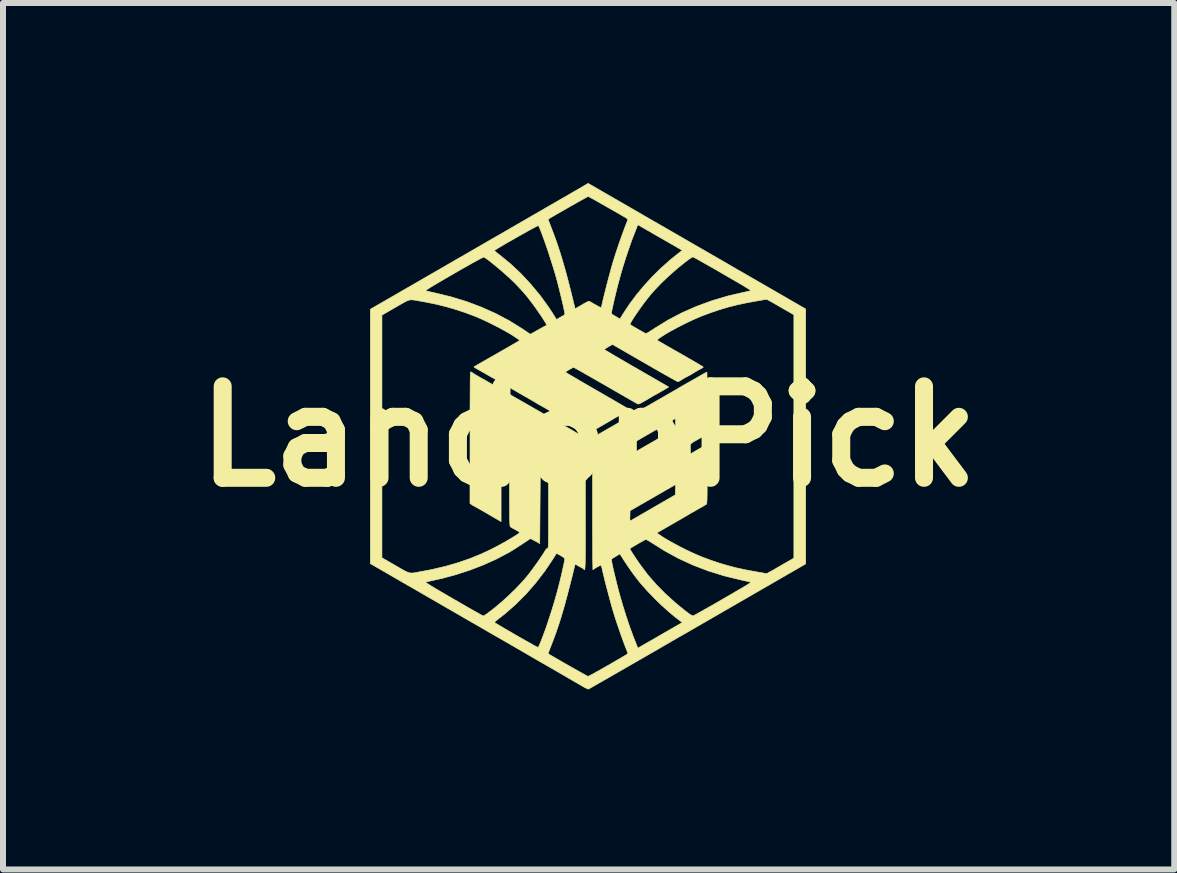
<source format=kicad_pcb>
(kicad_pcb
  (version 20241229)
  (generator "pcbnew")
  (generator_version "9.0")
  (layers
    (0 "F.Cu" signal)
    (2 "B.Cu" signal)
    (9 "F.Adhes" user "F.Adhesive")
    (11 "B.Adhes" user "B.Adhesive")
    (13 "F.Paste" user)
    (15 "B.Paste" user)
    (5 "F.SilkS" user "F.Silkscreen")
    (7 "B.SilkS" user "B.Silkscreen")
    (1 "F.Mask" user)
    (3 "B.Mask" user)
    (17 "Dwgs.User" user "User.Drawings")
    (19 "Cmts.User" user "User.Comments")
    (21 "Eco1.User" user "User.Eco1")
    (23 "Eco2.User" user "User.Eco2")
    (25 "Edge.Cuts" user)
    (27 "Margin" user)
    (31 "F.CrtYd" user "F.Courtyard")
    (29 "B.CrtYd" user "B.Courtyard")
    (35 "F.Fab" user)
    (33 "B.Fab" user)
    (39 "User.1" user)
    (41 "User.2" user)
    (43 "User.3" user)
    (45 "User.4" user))
  (footprint "LandonPick"
    (layer "F.Cu")
    (at 6.756 4.221)
    (property "Reference" "LandonPick" (at 0 0 0) (layer "F.SilkS") (effects (font (size 1.524 1.524) (thickness 0.3))))
    (attr through_hole)
    (fp_poly (pts (xy 0.789 -3.756) (xy 0.908 -3.687) (xy 1.041 -3.61) (xy 1.186 -3.527) (xy 1.34 -3.438) (xy 1.501 -3.345) (xy 1.667 -3.249) (xy 1.835 -3.152) (xy 2.004 -3.055) (xy 2.17 -2.959) (xy 2.331 -2.866) (xy 2.485 -2.776) (xy 2.601 -2.71) (xy 3.617 -2.123) (xy 3.617 2.123) (xy 1.814 3.164) (xy 1.643 3.263) (xy 1.477 3.358) (xy 1.316 3.451) (xy 1.161 3.541) (xy 1.012 3.627) (xy 0.87 3.709) (xy 0.736 3.786) (xy 0.611 3.858) (xy 0.496 3.924) (xy 0.39 3.985) (xy 0.296 4.039) (xy 0.213 4.087) (xy 0.142 4.127) (xy 0.085 4.16) (xy 0.041 4.185) (xy 0.013 4.201) (xy -0.001 4.209) (xy -0.002 4.209) (xy -0.014 4.206) (xy -0.039 4.195) (xy -0.073 4.178) (xy -0.112 4.156) (xy -0.112 4.155) (xy -0.13 4.145) (xy -0.163 4.126) (xy -0.211 4.098) (xy -0.273 4.062) (xy -0.348 4.019) (xy -0.435 3.968) (xy -0.533 3.911) (xy -0.642 3.848) (xy -0.761 3.78) (xy -0.889 3.706) (xy -1.025 3.627) (xy -1.168 3.544) (xy -1.318 3.457) (xy -1.474 3.367) (xy -1.635 3.275) (xy -1.8 3.179) (xy -1.923 3.108) (xy -1.941 3.098) (xy -1.568 3.098) (xy -1.56 3.104) (xy -1.537 3.119) (xy -1.502 3.14) (xy -1.456 3.167) (xy -1.403 3.199) (xy -1.343 3.234) (xy -1.278 3.271) (xy -1.212 3.31) (xy -1.145 3.348) (xy -1.08 3.385) (xy -1.019 3.419) (xy -0.964 3.45) (xy -0.917 3.477) (xy -0.879 3.497) (xy -0.854 3.51) (xy -0.842 3.515) (xy -0.842 3.515) (xy -0.835 3.506) (xy -0.823 3.482) (xy -0.808 3.447) (xy -0.79 3.404) (xy -0.783 3.386) (xy -0.75 3.299) (xy -0.713 3.199) (xy -0.676 3.089) (xy -0.638 2.973) (xy -0.601 2.856) (xy -0.567 2.743) (xy -0.538 2.643) (xy -0.52 2.578) (xy -0.502 2.508) (xy -0.483 2.434) (xy -0.465 2.36) (xy -0.448 2.288) (xy -0.433 2.221) (xy -0.419 2.16) (xy -0.408 2.108) (xy -0.401 2.069) (xy -0.397 2.043) (xy -0.397 2.035) (xy -0.406 2.025) (xy -0.428 2.008) (xy -0.458 1.989) (xy -0.467 1.984) (xy -0.534 1.947) (xy -0.589 2.034) (xy -0.728 2.241) (xy -0.88 2.439) (xy -1.043 2.626) (xy -1.216 2.799) (xy -1.397 2.957) (xy -1.489 3.029) (xy -1.522 3.055) (xy -1.548 3.076) (xy -1.564 3.092) (xy -1.568 3.098) (xy -1.941 3.098) (xy -3.104 2.426) (xy -2.713 2.426) (xy -2.713 2.43) (xy -2.703 2.439) (xy -2.683 2.453) (xy -2.651 2.473) (xy -2.608 2.5) (xy -2.552 2.534) (xy -2.482 2.575) (xy -2.398 2.624) (xy -2.299 2.682) (xy -2.247 2.712) (xy -2.16 2.762) (xy -2.077 2.81) (xy -2.001 2.854) (xy -1.932 2.893) (xy -1.872 2.927) (xy -1.823 2.954) (xy -1.786 2.975) (xy -1.763 2.987) (xy -1.754 2.991) (xy -1.742 2.986) (xy -1.72 2.972) (xy -1.691 2.953) (xy -1.683 2.947) (xy -1.566 2.857) (xy -1.446 2.756) (xy -1.327 2.648) (xy -1.213 2.537) (xy -1.11 2.428) (xy -1.04 2.348) (xy -1.004 2.304) (xy -0.963 2.25) (xy -0.918 2.19) (xy -0.873 2.127) (xy -0.829 2.065) (xy -0.789 2.006) (xy -0.755 1.955) (xy -0.73 1.914) (xy -0.726 1.908) (xy -0.709 1.881) (xy -0.695 1.869) (xy -0.684 1.868) (xy -0.681 1.868) (xy -0.678 1.866) (xy -0.676 1.86) (xy -0.674 1.848) (xy -0.672 1.83) (xy -0.671 1.805) (xy -0.67 1.77) (xy -0.669 1.725) (xy -0.669 1.668) (xy -0.668 1.598) (xy -0.668 1.514) (xy -0.668 1.414) (xy -0.668 1.298) (xy -0.668 1.235) (xy -0.668 0.597) (xy -0.736 0.558) (xy -0.804 0.519) (xy -0.809 1.152) (xy -0.814 1.786) (xy -0.861 1.758) (xy -0.893 1.74) (xy -0.925 1.723) (xy -0.939 1.716) (xy -0.97 1.702) (xy -1.118 1.8) (xy -1.171 1.834) (xy -1.224 1.869) (xy -1.274 1.9) (xy -1.317 1.926) (xy -1.341 1.94) (xy -1.539 2.044) (xy -1.752 2.14) (xy -1.975 2.226) (xy -2.205 2.301) (xy -2.437 2.364) (xy -2.554 2.39) (xy -2.605 2.401) (xy -2.649 2.411) (xy -2.685 2.419) (xy -2.708 2.425) (xy -2.713 2.426) (xy -3.104 2.426) (xy -3.636 2.119) (xy -3.636 0.000003) (xy -3.636 -2.021) (xy -3.443 -2.021) (xy -3.443 2.021) (xy -3.22 2.15) (xy -3.153 2.189) (xy -3.099 2.22) (xy -3.057 2.243) (xy -3.023 2.259) (xy -2.994 2.27) (xy -2.969 2.275) (xy -2.944 2.276) (xy -2.916 2.274) (xy -2.883 2.268) (xy -2.848 2.262) (xy -2.609 2.217) (xy -2.385 2.164) (xy -2.173 2.103) (xy -1.971 2.033) (xy -1.774 1.952) (xy -1.642 1.89) (xy -1.586 1.862) (xy -1.525 1.83) (xy -1.462 1.796) (xy -1.399 1.761) (xy -1.339 1.726) (xy -1.283 1.693) (xy -1.234 1.663) (xy -1.194 1.637) (xy -1.165 1.617) (xy -1.15 1.604) (xy -1.148 1.6) (xy -1.154 1.593) (xy -1.175 1.579) (xy -1.211 1.558) (xy -1.25 1.537) (xy -1.277 1.522) (xy -1.298 1.508) (xy -1.304 1.504) (xy -1.307 1.499) (xy -1.309 1.488) (xy -1.311 1.47) (xy -1.313 1.443) (xy -1.314 1.407) (xy -1.315 1.359) (xy -1.316 1.299) (xy -1.316 1.226) (xy -1.317 1.139) (xy -1.317 1.035) (xy -1.317 0.915) (xy -1.317 0.856) (xy -1.317 0.218) (xy -1.384 0.18) (xy -1.415 0.162) (xy -1.439 0.148) (xy -1.453 0.142) (xy -1.454 0.141) (xy -1.455 0.15) (xy -1.456 0.177) (xy -1.456 0.219) (xy -1.457 0.275) (xy -1.457 0.344) (xy -1.457 0.425) (xy -1.458 0.515) (xy -1.458 0.613) (xy -1.458 0.717) (xy -1.458 0.78) (xy -1.458 1.419) (xy -1.509 1.389) (xy -1.542 1.37) (xy -1.584 1.346) (xy -1.626 1.321) (xy -1.634 1.316) (xy -1.674 1.293) (xy -1.715 1.269) (xy -1.748 1.25) (xy -1.754 1.246) (xy -1.789 1.227) (xy -1.824 1.206) (xy -1.839 1.198) (xy -1.868 1.182) (xy -1.894 1.167) (xy -1.9 1.164) (xy -1.926 1.15) (xy -1.95 1.135) (xy -1.976 1.117) (xy -1.975 0.024) (xy -1.975 -0.118) (xy -1.975 -0.255) (xy -1.975 -0.385) (xy -1.975 -0.507) (xy -1.974 -0.621) (xy -1.974 -0.725) (xy -1.973 -0.818) (xy -1.973 -0.898) (xy -1.972 -0.965) (xy -1.971 -1.017) (xy -1.971 -1.053) (xy -1.97 -1.072) (xy -1.97 -1.075) (xy -1.959 -1.074) (xy -1.94 -1.064) (xy -1.934 -1.059) (xy -1.915 -1.047) (xy -1.884 -1.027) (xy -1.844 -1.004) (xy -1.8 -0.978) (xy -1.787 -0.971) (xy -1.747 -0.949) (xy -1.694 -0.919) (xy -1.632 -0.883) (xy -1.565 -0.844) (xy -1.495 -0.804) (xy -1.43 -0.767) (xy -1.367 -0.73) (xy -1.307 -0.696) (xy -1.253 -0.664) (xy -1.207 -0.638) (xy -1.172 -0.618) (xy -1.15 -0.606) (xy -1.148 -0.604) (xy -1.123 -0.59) (xy -1.084 -0.568) (xy -1.034 -0.539) (xy -0.974 -0.505) (xy -0.907 -0.466) (xy -0.835 -0.425) (xy -0.761 -0.382) (xy -0.686 -0.339) (xy -0.612 -0.296) (xy -0.544 -0.257) (xy -0.481 -0.221) (xy -0.466 -0.212) (xy -0.422 -0.187) (xy -0.378 -0.162) (xy -0.341 -0.141) (xy -0.321 -0.13) (xy -0.282 -0.108) (xy -0.24 -0.083) (xy -0.219 -0.07) (xy -0.192 -0.053) (xy -0.17 -0.041) (xy -0.16 -0.038) (xy -0.147 -0.032) (xy -0.139 -0.026) (xy -0.123 -0.014) (xy -0.098 -0.001) (xy -0.092 0.002) (xy -0.057 0.018) (xy -0.054 1.119) (xy -0.054 1.289) (xy -0.054 1.441) (xy -0.053 1.576) (xy -0.053 1.695) (xy -0.053 1.799) (xy -0.054 1.889) (xy -0.054 1.966) (xy -0.055 2.031) (xy -0.056 2.084) (xy -0.057 2.127) (xy -0.059 2.161) (xy -0.06 2.186) (xy -0.062 2.203) (xy -0.065 2.215) (xy -0.068 2.22) (xy -0.071 2.221) (xy -0.075 2.218) (xy -0.079 2.212) (xy -0.081 2.21) (xy -0.093 2.199) (xy -0.115 2.187) (xy -0.116 2.186) (xy -0.143 2.173) (xy -0.175 2.155) (xy -0.185 2.149) (xy -0.225 2.126) (xy -0.233 2.161) (xy -0.277 2.342) (xy -0.319 2.507) (xy -0.358 2.657) (xy -0.395 2.795) (xy -0.432 2.923) (xy -0.468 3.043) (xy -0.505 3.157) (xy -0.543 3.268) (xy -0.583 3.377) (xy -0.625 3.486) (xy -0.636 3.513) (xy -0.651 3.554) (xy -0.664 3.587) (xy -0.672 3.61) (xy -0.674 3.619) (xy -0.664 3.626) (xy -0.639 3.641) (xy -0.603 3.662) (xy -0.556 3.689) (xy -0.503 3.72) (xy -0.443 3.755) (xy -0.38 3.791) (xy -0.316 3.827) (xy -0.253 3.863) (xy -0.192 3.897) (xy -0.137 3.928) (xy -0.089 3.955) (xy -0.051 3.976) (xy -0.023 3.991) (xy -0.01 3.997) (xy -0.009 3.998) (xy 0.002 3.993) (xy 0.027 3.98) (xy 0.066 3.96) (xy 0.114 3.933) (xy 0.172 3.901) (xy 0.237 3.864) (xy 0.307 3.824) (xy 0.325 3.814) (xy 0.396 3.773) (xy 0.461 3.735) (xy 0.52 3.701) (xy 0.57 3.671) (xy 0.61 3.648) (xy 0.637 3.632) (xy 0.65 3.624) (xy 0.651 3.623) (xy 0.651 3.612) (xy 0.645 3.588) (xy 0.633 3.556) (xy 0.629 3.546) (xy 0.602 3.477) (xy 0.571 3.394) (xy 0.538 3.303) (xy 0.505 3.206) (xy 0.472 3.109) (xy 0.441 3.016) (xy 0.423 2.956) (xy 0.405 2.898) (xy 0.385 2.828) (xy 0.363 2.75) (xy 0.341 2.666) (xy 0.318 2.579) (xy 0.295 2.494) (xy 0.274 2.412) (xy 0.256 2.338) (xy 0.241 2.274) (xy 0.229 2.223) (xy 0.225 2.204) (xy 0.218 2.173) (xy 0.211 2.152) (xy 0.206 2.145) (xy 0.193 2.149) (xy 0.169 2.161) (xy 0.141 2.176) (xy 0.115 2.191) (xy 0.096 2.204) (xy 0.094 2.206) (xy 0.079 2.217) (xy 0.072 2.22) (xy 0.071 2.211) (xy 0.071 2.184) (xy 0.07 2.141) (xy 0.069 2.082) (xy 0.069 2.061) (xy 0.382 2.061) (xy 0.385 2.082) (xy 0.39 2.113) (xy 0.4 2.157) (xy 0.412 2.216) (xy 0.419 2.244) (xy 0.463 2.428) (xy 0.512 2.617) (xy 0.567 2.808) (xy 0.625 2.994) (xy 0.685 3.173) (xy 0.746 3.339) (xy 0.762 3.379) (xy 0.82 3.527) (xy 0.865 3.502) (xy 0.883 3.491) (xy 0.915 3.473) (xy 0.959 3.447) (xy 1.014 3.416) (xy 1.077 3.38) (xy 1.145 3.34) (xy 1.218 3.298) (xy 1.235 3.288) (xy 1.562 3.1) (xy 1.536 3.081) (xy 1.427 2.997) (xy 1.313 2.9) (xy 1.197 2.795) (xy 1.105 2.705) (xy 0.975 2.57) (xy 0.858 2.437) (xy 0.752 2.301) (xy 0.651 2.158) (xy 0.583 2.054) (xy 0.56 2.018) (xy 0.541 1.987) (xy 0.527 1.966) (xy 0.522 1.959) (xy 0.514 1.962) (xy 0.493 1.973) (xy 0.466 1.99) (xy 0.463 1.992) (xy 0.433 2.011) (xy 0.406 2.027) (xy 0.391 2.037) (xy 0.386 2.041) (xy 0.383 2.049) (xy 0.382 2.061) (xy 0.069 2.061) (xy 0.068 2.009) (xy 0.068 1.923) (xy 0.068 1.871) (xy 0.687 1.871) (xy 0.692 1.882) (xy 0.706 1.906) (xy 0.727 1.94) (xy 0.754 1.981) (xy 0.785 2.028) (xy 0.818 2.077) (xy 0.851 2.125) (xy 0.868 2.148) (xy 0.988 2.308) (xy 1.125 2.465) (xy 1.275 2.617) (xy 1.434 2.761) (xy 1.468 2.79) (xy 1.542 2.851) (xy 1.604 2.901) (xy 1.654 2.939) (xy 1.692 2.966) (xy 1.719 2.982) (xy 1.737 2.989) (xy 1.742 2.99) (xy 1.752 2.984) (xy 1.778 2.971) (xy 1.817 2.949) (xy 1.867 2.921) (xy 1.929 2.886) (xy 1.998 2.847) (xy 2.076 2.803) (xy 2.159 2.755) (xy 2.238 2.709) (xy 2.339 2.651) (xy 2.425 2.601) (xy 2.496 2.559) (xy 2.555 2.525) (xy 2.602 2.497) (xy 2.638 2.475) (xy 2.665 2.458) (xy 2.682 2.445) (xy 2.693 2.436) (xy 2.697 2.43) (xy 2.696 2.427) (xy 2.693 2.425) (xy 2.675 2.421) (xy 2.642 2.413) (xy 2.599 2.404) (xy 2.55 2.393) (xy 2.531 2.389) (xy 2.257 2.322) (xy 1.993 2.24) (xy 1.739 2.143) (xy 1.496 2.031) (xy 1.264 1.904) (xy 1.097 1.799) (xy 1.051 1.77) (xy 1.011 1.745) (xy 0.98 1.727) (xy 0.959 1.718) (xy 0.952 1.717) (xy 0.935 1.725) (xy 0.908 1.739) (xy 0.873 1.759) (xy 0.833 1.781) (xy 0.793 1.805) (xy 0.754 1.827) (xy 0.722 1.847) (xy 0.698 1.862) (xy 0.687 1.87) (xy 0.687 1.871) (xy 0.068 1.871) (xy 0.067 1.826) (xy 0.067 1.717) (xy 0.066 1.6) (xy 0.066 1.474) (xy 0.066 1.366) (xy 0.688 1.366) (xy 0.688 1.391) (xy 0.691 1.403) (xy 0.695 1.406) (xy 0.703 1.402) (xy 0.714 1.396) (xy 0.74 1.381) (xy 0.779 1.358) (xy 0.829 1.33) (xy 0.888 1.295) (xy 0.955 1.257) (xy 1.028 1.215) (xy 1.082 1.183) (xy 1.444 0.974) (xy 1.447 0.887) (xy 1.449 0.801) (xy 0.691 1.238) (xy 0.689 1.325) (xy 0.688 1.366) (xy 0.066 1.366) (xy 0.066 1.34) (xy 0.066 1.201) (xy 0.066 1.121) (xy 0.066 0.265) (xy 0.688 0.265) (xy 0.688 0.29) (xy 0.691 0.302) (xy 0.695 0.305) (xy 0.703 0.302) (xy 0.714 0.295) (xy 0.74 0.28) (xy 0.779 0.258) (xy 0.829 0.229) (xy 0.888 0.195) (xy 0.955 0.156) (xy 1.028 0.114) (xy 1.082 0.083) (xy 1.444 -0.127) (xy 1.447 -0.213) (xy 1.449 -0.3) (xy 0.691 0.138) (xy 0.689 0.225) (xy 0.688 0.265) (xy 0.066 0.265) (xy 0.066 0.021) (xy 0.167 -0.037) (xy 0.207 -0.06) (xy 0.242 -0.08) (xy 0.268 -0.095) (xy 0.282 -0.103) (xy 0.282 -0.103) (xy 0.295 -0.111) (xy 0.321 -0.126) (xy 0.357 -0.146) (xy 0.399 -0.17) (xy 0.414 -0.179) (xy 0.457 -0.204) (xy 0.495 -0.225) (xy 0.525 -0.242) (xy 0.543 -0.253) (xy 0.546 -0.254) (xy 0.567 -0.267) (xy 0.6 -0.286) (xy 0.642 -0.31) (xy 0.69 -0.338) (xy 0.741 -0.368) (xy 0.791 -0.397) (xy 0.838 -0.424) (xy 0.879 -0.448) (xy 0.91 -0.466) (xy 0.929 -0.477) (xy 0.931 -0.478) (xy 0.964 -0.496) (xy 1.004 -0.519) (xy 1.051 -0.546) (xy 1.099 -0.574) (xy 1.148 -0.601) (xy 1.193 -0.627) (xy 1.231 -0.649) (xy 1.26 -0.666) (xy 1.277 -0.676) (xy 1.279 -0.677) (xy 1.296 -0.687) (xy 1.324 -0.703) (xy 1.359 -0.723) (xy 1.395 -0.744) (xy 1.429 -0.763) (xy 1.449 -0.774) (xy 1.472 -0.788) (xy 1.489 -0.798) (xy 1.491 -0.8) (xy 1.502 -0.807) (xy 1.527 -0.821) (xy 1.561 -0.841) (xy 1.601 -0.864) (xy 1.609 -0.868) (xy 1.659 -0.897) (xy 1.719 -0.931) (xy 1.781 -0.966) (xy 1.837 -0.998) (xy 1.841 -1.001) (xy 1.884 -1.025) (xy 1.922 -1.047) (xy 1.951 -1.062) (xy 1.967 -1.071) (xy 1.97 -1.072) (xy 1.971 -1.063) (xy 1.972 -1.037) (xy 1.973 -0.995) (xy 1.974 -0.94) (xy 1.974 -0.873) (xy 1.975 -0.795) (xy 1.975 -0.709) (xy 1.976 -0.615) (xy 1.976 -0.556) (xy 1.976 -0.039) (xy 1.85 0.033) (xy 1.796 0.063) (xy 1.756 0.086) (xy 1.727 0.104) (xy 1.709 0.119) (xy 1.699 0.133) (xy 1.694 0.149) (xy 1.694 0.169) (xy 1.695 0.196) (xy 1.695 0.209) (xy 1.698 0.291) (xy 1.783 0.241) (xy 1.826 0.216) (xy 1.87 0.191) (xy 1.907 0.169) (xy 1.921 0.161) (xy 1.976 0.13) (xy 1.976 0.63) (xy 1.975 0.746) (xy 1.975 0.845) (xy 1.975 0.927) (xy 1.974 0.994) (xy 1.973 1.045) (xy 1.971 1.084) (xy 1.969 1.11) (xy 1.967 1.125) (xy 1.965 1.129) (xy 1.949 1.135) (xy 1.939 1.142) (xy 1.923 1.154) (xy 1.896 1.17) (xy 1.872 1.183) (xy 1.836 1.203) (xy 1.799 1.224) (xy 1.781 1.235) (xy 1.757 1.25) (xy 1.741 1.259) (xy 1.737 1.261) (xy 1.727 1.265) (xy 1.706 1.277) (xy 1.678 1.294) (xy 1.673 1.297) (xy 1.636 1.319) (xy 1.598 1.341) (xy 1.571 1.357) (xy 1.551 1.368) (xy 1.517 1.388) (xy 1.473 1.413) (xy 1.422 1.443) (xy 1.365 1.475) (xy 1.333 1.494) (xy 1.137 1.607) (xy 1.168 1.63) (xy 1.216 1.664) (xy 1.279 1.703) (xy 1.353 1.746) (xy 1.435 1.791) (xy 1.522 1.838) (xy 1.612 1.883) (xy 1.701 1.926) (xy 1.787 1.965) (xy 1.865 1.998) (xy 1.886 2.007) (xy 2.036 2.063) (xy 2.179 2.111) (xy 2.322 2.153) (xy 2.468 2.191) (xy 2.622 2.224) (xy 2.791 2.255) (xy 2.807 2.258) (xy 2.966 2.285) (xy 3.01 2.262) (xy 3.03 2.251) (xy 3.064 2.232) (xy 3.109 2.207) (xy 3.16 2.177) (xy 3.215 2.145) (xy 3.236 2.133) (xy 3.42 2.027) (xy 3.42 -2.027) (xy 3.236 -2.133) (xy 3.18 -2.166) (xy 3.127 -2.196) (xy 3.08 -2.223) (xy 3.042 -2.244) (xy 3.016 -2.259) (xy 3.01 -2.262) (xy 2.966 -2.285) (xy 2.807 -2.258) (xy 2.637 -2.227) (xy 2.481 -2.194) (xy 2.334 -2.157) (xy 2.192 -2.115) (xy 2.049 -2.067) (xy 1.9 -2.012) (xy 1.886 -2.007) (xy 1.816 -1.977) (xy 1.738 -1.943) (xy 1.656 -1.904) (xy 1.572 -1.863) (xy 1.488 -1.82) (xy 1.408 -1.777) (xy 1.334 -1.736) (xy 1.269 -1.697) (xy 1.215 -1.663) (xy 1.174 -1.635) (xy 1.166 -1.627) (xy 1.138 -1.604) (xy 1.333 -1.492) (xy 1.445 -1.428) (xy 1.542 -1.373) (xy 1.624 -1.326) (xy 1.693 -1.286) (xy 1.751 -1.253) (xy 1.797 -1.226) (xy 1.834 -1.204) (xy 1.862 -1.187) (xy 1.882 -1.175) (xy 1.896 -1.166) (xy 1.905 -1.16) (xy 1.909 -1.156) (xy 1.91 -1.154) (xy 1.902 -1.146) (xy 1.883 -1.134) (xy 1.879 -1.132) (xy 1.829 -1.106) (xy 1.773 -1.073) (xy 1.752 -1.06) (xy 1.721 -1.041) (xy 1.683 -1.019) (xy 1.658 -1.006) (xy 1.62 -0.986) (xy 1.591 -0.97) (xy 1.563 -0.953) (xy 1.533 -0.934) (xy 1.509 -0.92) (xy 1.49 -0.913) (xy 1.487 -0.913) (xy 1.476 -0.917) (xy 1.451 -0.93) (xy 1.413 -0.951) (xy 1.362 -0.98) (xy 1.301 -1.014) (xy 1.23 -1.054) (xy 1.151 -1.099) (xy 1.066 -1.148) (xy 0.975 -1.2) (xy 0.936 -1.223) (xy 0.398 -1.533) (xy 0.331 -1.495) (xy 0.3 -1.476) (xy 0.276 -1.46) (xy 0.264 -1.45) (xy 0.263 -1.449) (xy 0.271 -1.443) (xy 0.294 -1.428) (xy 0.331 -1.406) (xy 0.38 -1.377) (xy 0.439 -1.342) (xy 0.509 -1.301) (xy 0.586 -1.256) (xy 0.67 -1.207) (xy 0.76 -1.155) (xy 0.799 -1.133) (xy 1.334 -0.824) (xy 1.304 -0.805) (xy 1.275 -0.787) (xy 1.246 -0.771) (xy 1.221 -0.757) (xy 1.189 -0.738) (xy 1.176 -0.731) (xy 1.149 -0.715) (xy 1.127 -0.703) (xy 1.119 -0.699) (xy 1.105 -0.691) (xy 1.079 -0.677) (xy 1.049 -0.659) (xy 1.017 -0.64) (xy 0.99 -0.624) (xy 0.974 -0.614) (xy 0.916 -0.581) (xy 0.873 -0.557) (xy 0.843 -0.544) (xy 0.826 -0.539) (xy 0.823 -0.54) (xy 0.813 -0.545) (xy 0.787 -0.559) (xy 0.749 -0.581) (xy 0.698 -0.61) (xy 0.637 -0.645) (xy 0.566 -0.686) (xy 0.488 -0.731) (xy 0.403 -0.78) (xy 0.313 -0.832) (xy 0.285 -0.848) (xy 0.194 -0.9) (xy 0.107 -0.95) (xy 0.027 -0.996) (xy -0.046 -1.037) (xy -0.11 -1.074) (xy -0.163 -1.104) (xy -0.205 -1.127) (xy -0.234 -1.143) (xy -0.248 -1.15) (xy -0.25 -1.151) (xy -0.262 -1.146) (xy -0.285 -1.135) (xy -0.313 -1.119) (xy -0.342 -1.102) (xy -0.366 -1.087) (xy -0.382 -1.075) (xy -0.386 -1.071) (xy -0.378 -1.066) (xy -0.355 -1.051) (xy -0.318 -1.029) (xy -0.27 -1.001) (xy -0.21 -0.966) (xy -0.142 -0.925) (xy -0.065 -0.881) (xy 0.019 -0.832) (xy 0.107 -0.781) (xy 0.125 -0.771) (xy 0.215 -0.719) (xy 0.301 -0.669) (xy 0.382 -0.623) (xy 0.455 -0.58) (xy 0.519 -0.543) (xy 0.573 -0.512) (xy 0.615 -0.487) (xy 0.645 -0.47) (xy 0.659 -0.462) (xy 0.66 -0.461) (xy 0.686 -0.446) (xy 0.642 -0.423) (xy 0.608 -0.404) (xy 0.569 -0.382) (xy 0.549 -0.369) (xy 0.522 -0.353) (xy 0.503 -0.342) (xy 0.495 -0.339) (xy 0.485 -0.334) (xy 0.464 -0.322) (xy 0.434 -0.305) (xy 0.426 -0.3) (xy 0.394 -0.281) (xy 0.367 -0.265) (xy 0.35 -0.255) (xy 0.348 -0.254) (xy 0.335 -0.246) (xy 0.309 -0.231) (xy 0.274 -0.211) (xy 0.234 -0.187) (xy 0.228 -0.184) (xy 0.188 -0.161) (xy 0.155 -0.142) (xy 0.13 -0.128) (xy 0.118 -0.122) (xy 0.118 -0.122) (xy 0.108 -0.118) (xy 0.087 -0.105) (xy 0.061 -0.089) (xy 0.009 -0.056) (xy -0.087 -0.11) (xy -0.128 -0.133) (xy -0.164 -0.154) (xy -0.193 -0.17) (xy -0.208 -0.179) (xy -0.262 -0.209) (xy -0.316 -0.239) (xy -0.366 -0.268) (xy -0.408 -0.292) (xy -0.439 -0.31) (xy -0.447 -0.315) (xy -0.48 -0.335) (xy -0.515 -0.354) (xy -0.522 -0.358) (xy -0.548 -0.372) (xy -0.584 -0.392) (xy -0.622 -0.414) (xy -0.63 -0.419) (xy -0.671 -0.443) (xy -0.713 -0.467) (xy -0.748 -0.487) (xy -0.753 -0.49) (xy -0.787 -0.509) (xy -0.821 -0.528) (xy -0.839 -0.539) (xy -0.872 -0.558) (xy -0.912 -0.582) (xy -0.953 -0.606) (xy -0.991 -0.628) (xy -1.02 -0.645) (xy -1.028 -0.649) (xy -1.045 -0.659) (xy -1.075 -0.676) (xy -1.113 -0.698) (xy -1.157 -0.723) (xy -1.169 -0.73) (xy -1.225 -0.763) (xy -1.285 -0.797) (xy -1.346 -0.833) (xy -1.405 -0.866) (xy -1.459 -0.897) (xy -1.506 -0.924) (xy -1.542 -0.945) (xy -1.565 -0.958) (xy -1.566 -0.959) (xy -1.586 -0.97) (xy -1.617 -0.987) (xy -1.655 -1.009) (xy -1.693 -1.031) (xy -1.728 -1.051) (xy -1.75 -1.064) (xy -1.764 -1.072) (xy -1.79 -1.086) (xy -1.823 -1.105) (xy -1.837 -1.112) (xy -1.869 -1.131) (xy -1.894 -1.146) (xy -1.908 -1.155) (xy -1.909 -1.157) (xy -1.901 -1.163) (xy -1.88 -1.177) (xy -1.846 -1.197) (xy -1.803 -1.222) (xy -1.753 -1.25) (xy -1.733 -1.262) (xy -1.647 -1.311) (xy -1.562 -1.359) (xy -1.482 -1.405) (xy -1.407 -1.448) (xy -1.339 -1.487) (xy -1.28 -1.521) (xy -1.232 -1.549) (xy -1.195 -1.57) (xy -1.173 -1.584) (xy -1.168 -1.587) (xy -1.146 -1.601) (xy -1.182 -1.627) (xy -1.239 -1.666) (xy -1.309 -1.71) (xy -1.391 -1.757) (xy -1.48 -1.806) (xy -1.574 -1.854) (xy -1.669 -1.902) (xy -1.761 -1.945) (xy -1.849 -1.984) (xy -1.905 -2.007) (xy -2.062 -2.065) (xy -2.216 -2.116) (xy -2.37 -2.161) (xy -2.531 -2.201) (xy -2.701 -2.236) (xy -2.848 -2.262) (xy -2.888 -2.269) (xy -2.92 -2.274) (xy -2.947 -2.276) (xy -2.972 -2.275) (xy -2.998 -2.269) (xy -3.027 -2.258) (xy -3.062 -2.24) (xy -3.105 -2.216) (xy -3.16 -2.185) (xy -3.22 -2.15) (xy -3.443 -2.021) (xy -3.636 -2.021) (xy -3.636 -2.119) (xy -3.102 -2.427) (xy -2.714 -2.427) (xy -2.713 -2.426) (xy -2.698 -2.422) (xy -2.668 -2.415) (xy -2.627 -2.406) (xy -2.579 -2.395) (xy -2.554 -2.39) (xy -2.292 -2.326) (xy -2.036 -2.248) (xy -1.789 -2.155) (xy -1.551 -2.049) (xy -1.324 -1.929) (xy -1.111 -1.797) (xy -1.069 -1.769) (xy -1.033 -1.744) (xy -1.002 -1.723) (xy -0.98 -1.709) (xy -0.971 -1.703) (xy -0.971 -1.703) (xy -0.962 -1.707) (xy -0.94 -1.719) (xy -0.908 -1.737) (xy -0.869 -1.759) (xy -0.865 -1.762) (xy -0.822 -1.786) (xy -0.782 -1.808) (xy -0.749 -1.826) (xy -0.728 -1.837) (xy -0.695 -1.854) (xy -0.701 -1.865) (xy 0.691 -1.865) (xy 0.702 -1.857) (xy 0.726 -1.842) (xy 0.759 -1.823) (xy 0.797 -1.8) (xy 0.838 -1.777) (xy 0.878 -1.754) (xy 0.913 -1.735) (xy 0.939 -1.721) (xy 0.954 -1.714) (xy 0.956 -1.713) (xy 0.967 -1.718) (xy 0.991 -1.731) (xy 1.024 -1.752) (xy 1.065 -1.778) (xy 1.097 -1.799) (xy 1.319 -1.936) (xy 1.553 -2.059) (xy 1.799 -2.167) (xy 2.055 -2.261) (xy 2.321 -2.34) (xy 2.531 -2.389) (xy 2.581 -2.4) (xy 2.627 -2.41) (xy 2.664 -2.418) (xy 2.688 -2.424) (xy 2.693 -2.425) (xy 2.697 -2.427) (xy 2.697 -2.431) (xy 2.691 -2.438) (xy 2.679 -2.448) (xy 2.659 -2.461) (xy 2.63 -2.479) (xy 2.592 -2.503) (xy 2.542 -2.533) (xy 2.48 -2.569) (xy 2.405 -2.612) (xy 2.316 -2.664) (xy 2.238 -2.709) (xy 2.151 -2.76) (xy 2.068 -2.807) (xy 1.991 -2.851) (xy 1.922 -2.89) (xy 1.862 -2.924) (xy 1.812 -2.952) (xy 1.775 -2.973) (xy 1.751 -2.985) (xy 1.742 -2.99) (xy 1.728 -2.987) (xy 1.705 -2.974) (xy 1.672 -2.952) (xy 1.628 -2.919) (xy 1.572 -2.875) (xy 1.503 -2.819) (xy 1.468 -2.79) (xy 1.34 -2.678) (xy 1.215 -2.559) (xy 1.099 -2.438) (xy 1.021 -2.348) (xy 0.983 -2.301) (xy 0.943 -2.249) (xy 0.901 -2.193) (xy 0.859 -2.135) (xy 0.819 -2.078) (xy 0.782 -2.024) (xy 0.749 -1.974) (xy 0.722 -1.931) (xy 0.703 -1.898) (xy 0.692 -1.875) (xy 0.691 -1.865) (xy -0.701 -1.865) (xy -0.723 -1.903) (xy -0.751 -1.948) (xy -0.787 -2.004) (xy -0.831 -2.067) (xy -0.877 -2.134) (xy -0.925 -2.2) (xy -0.972 -2.262) (xy -1.014 -2.317) (xy -1.035 -2.342) (xy -1.076 -2.39) (xy -1.124 -2.444) (xy -1.176 -2.5) (xy -1.225 -2.551) (xy -1.238 -2.564) (xy -1.28 -2.605) (xy -1.33 -2.652) (xy -1.385 -2.701) (xy -1.443 -2.752) (xy -1.502 -2.802) (xy -1.559 -2.85) (xy -1.613 -2.893) (xy -1.66 -2.931) (xy -1.7 -2.96) (xy -1.73 -2.98) (xy -1.745 -2.988) (xy -1.756 -2.985) (xy -1.782 -2.972) (xy -1.822 -2.951) (xy -1.875 -2.922) (xy -1.94 -2.887) (xy -2.015 -2.844) (xy -2.101 -2.796) (xy -2.195 -2.742) (xy -2.245 -2.713) (xy -2.352 -2.651) (xy -2.443 -2.598) (xy -2.52 -2.553) (xy -2.582 -2.516) (xy -2.632 -2.486) (xy -2.669 -2.462) (xy -2.694 -2.445) (xy -2.709 -2.434) (xy -2.714 -2.427) (xy -3.102 -2.427) (xy -1.98 -3.075) (xy -1.943 -3.096) (xy -1.571 -3.096) (xy -1.563 -3.088) (xy -1.544 -3.072) (xy -1.516 -3.05) (xy -1.489 -3.029) (xy -1.306 -2.88) (xy -1.13 -2.715) (xy -0.962 -2.535) (xy -0.804 -2.344) (xy -0.658 -2.142) (xy -0.589 -2.035) (xy -0.535 -1.948) (xy -0.486 -1.976) (xy -0.456 -1.994) (xy -0.429 -2.009) (xy -0.416 -2.015) (xy -0.4 -2.028) (xy -0.395 -2.04) (xy -0.397 -2.052) (xy 0.38 -2.052) (xy 0.381 -2.043) (xy 0.391 -2.036) (xy 0.413 -2.022) (xy 0.443 -2.004) (xy 0.454 -1.998) (xy 0.522 -1.957) (xy 0.57 -2.035) (xy 0.597 -2.076) (xy 0.629 -2.125) (xy 0.663 -2.176) (xy 0.683 -2.206) (xy 0.795 -2.356) (xy 0.921 -2.508) (xy 1.058 -2.658) (xy 1.203 -2.801) (xy 1.353 -2.935) (xy 1.503 -3.056) (xy 1.536 -3.081) (xy 1.562 -3.1) (xy 1.235 -3.288) (xy 1.162 -3.33) (xy 1.092 -3.37) (xy 1.028 -3.408) (xy 0.971 -3.44) (xy 0.924 -3.467) (xy 0.889 -3.488) (xy 0.867 -3.5) (xy 0.865 -3.502) (xy 0.82 -3.527) (xy 0.762 -3.379) (xy 0.717 -3.263) (xy 0.672 -3.133) (xy 0.625 -2.994) (xy 0.58 -2.852) (xy 0.538 -2.711) (xy 0.519 -2.643) (xy 0.502 -2.578) (xy 0.483 -2.508) (xy 0.465 -2.435) (xy 0.447 -2.362) (xy 0.43 -2.292) (xy 0.415 -2.225) (xy 0.402 -2.166) (xy 0.391 -2.116) (xy 0.384 -2.077) (xy 0.38 -2.052) (xy -0.397 -2.052) (xy -0.397 -2.058) (xy -0.404 -2.091) (xy -0.414 -2.138) (xy -0.426 -2.194) (xy -0.441 -2.258) (xy -0.458 -2.328) (xy -0.475 -2.399) (xy -0.493 -2.471) (xy -0.51 -2.539) (xy -0.527 -2.602) (xy -0.538 -2.643) (xy -0.56 -2.72) (xy -0.585 -2.803) (xy -0.612 -2.889) (xy -0.64 -2.977) (xy -0.668 -3.065) (xy -0.697 -3.15) (xy -0.725 -3.231) (xy -0.752 -3.306) (xy -0.776 -3.372) (xy -0.798 -3.428) (xy -0.816 -3.472) (xy -0.83 -3.501) (xy -0.837 -3.513) (xy -0.846 -3.51) (xy -0.87 -3.498) (xy -0.906 -3.479) (xy -0.952 -3.455) (xy -1.006 -3.425) (xy -1.066 -3.391) (xy -1.131 -3.355) (xy -1.197 -3.318) (xy -1.264 -3.279) (xy -1.33 -3.242) (xy -1.391 -3.207) (xy -1.446 -3.174) (xy -1.494 -3.146) (xy -1.532 -3.123) (xy -1.558 -3.106) (xy -1.57 -3.097) (xy -1.571 -3.096) (xy -1.943 -3.096) (xy -1.814 -3.171) (xy -1.652 -3.265) (xy -1.493 -3.356) (xy -1.339 -3.445) (xy -1.191 -3.531) (xy -1.049 -3.613) (xy -1.038 -3.619) (xy -0.674 -3.619) (xy -0.672 -3.61) (xy -0.664 -3.587) (xy -0.651 -3.553) (xy -0.636 -3.513) (xy -0.594 -3.405) (xy -0.554 -3.297) (xy -0.516 -3.189) (xy -0.48 -3.078) (xy -0.444 -2.962) (xy -0.408 -2.839) (xy -0.371 -2.707) (xy -0.333 -2.563) (xy -0.293 -2.406) (xy -0.251 -2.233) (xy -0.233 -2.161) (xy -0.225 -2.125) (xy -0.195 -2.144) (xy -0.174 -2.156) (xy -0.141 -2.175) (xy -0.103 -2.197) (xy -0.08 -2.211) (xy -0.039 -2.233) (xy -0.01 -2.247) (xy 0.008 -2.252) (xy 0.019 -2.249) (xy 0.036 -2.238) (xy 0.064 -2.222) (xy 0.097 -2.203) (xy 0.132 -2.184) (xy 0.164 -2.166) (xy 0.19 -2.153) (xy 0.205 -2.145) (xy 0.207 -2.145) (xy 0.212 -2.153) (xy 0.219 -2.175) (xy 0.225 -2.204) (xy 0.234 -2.247) (xy 0.248 -2.304) (xy 0.265 -2.374) (xy 0.285 -2.453) (xy 0.306 -2.536) (xy 0.329 -2.623) (xy 0.352 -2.708) (xy 0.374 -2.79) (xy 0.395 -2.864) (xy 0.414 -2.929) (xy 0.423 -2.956) (xy 0.45 -3.044) (xy 0.482 -3.138) (xy 0.515 -3.236) (xy 0.549 -3.332) (xy 0.581 -3.421) (xy 0.611 -3.5) (xy 0.629 -3.546) (xy 0.642 -3.58) (xy 0.65 -3.606) (xy 0.652 -3.621) (xy 0.651 -3.623) (xy 0.64 -3.63) (xy 0.615 -3.646) (xy 0.578 -3.668) (xy 0.532 -3.695) (xy 0.478 -3.726) (xy 0.418 -3.76) (xy 0.355 -3.796) (xy 0.291 -3.833) (xy 0.229 -3.868) (xy 0.169 -3.902) (xy 0.115 -3.933) (xy 0.068 -3.959) (xy 0.03 -3.979) (xy 0.005 -3.993) (xy -0.007 -3.998) (xy -0.007 -3.998) (xy -0.017 -3.994) (xy -0.04 -3.981) (xy -0.076 -3.961) (xy -0.122 -3.936) (xy -0.176 -3.906) (xy -0.235 -3.872) (xy -0.298 -3.837) (xy -0.362 -3.8) (xy -0.425 -3.764) (xy -0.486 -3.729) (xy -0.542 -3.697) (xy -0.59 -3.669) (xy -0.63 -3.646) (xy -0.658 -3.629) (xy -0.672 -3.62) (xy -0.674 -3.619) (xy -1.038 -3.619) (xy -0.914 -3.691) (xy -0.787 -3.764) (xy -0.67 -3.832) (xy -0.562 -3.894) (xy -0.466 -3.95) (xy -0.38 -3.999) (xy -0.308 -4.041) (xy -0.248 -4.076) (xy -0.203 -4.102) (xy -0.173 -4.119) (xy -0.166 -4.123) (xy -0.008 -4.216) (xy 0.789 -3.756)) (stroke (width 0.01) (type solid)) (fill yes) (layer "F.SilkS")))
  (gr_rect
    (start -3 -3)
    (end 16.513 11.435)
    (stroke (width 0.1) (type default))
    (fill no)
    (layer "Edge.Cuts")))
</source>
